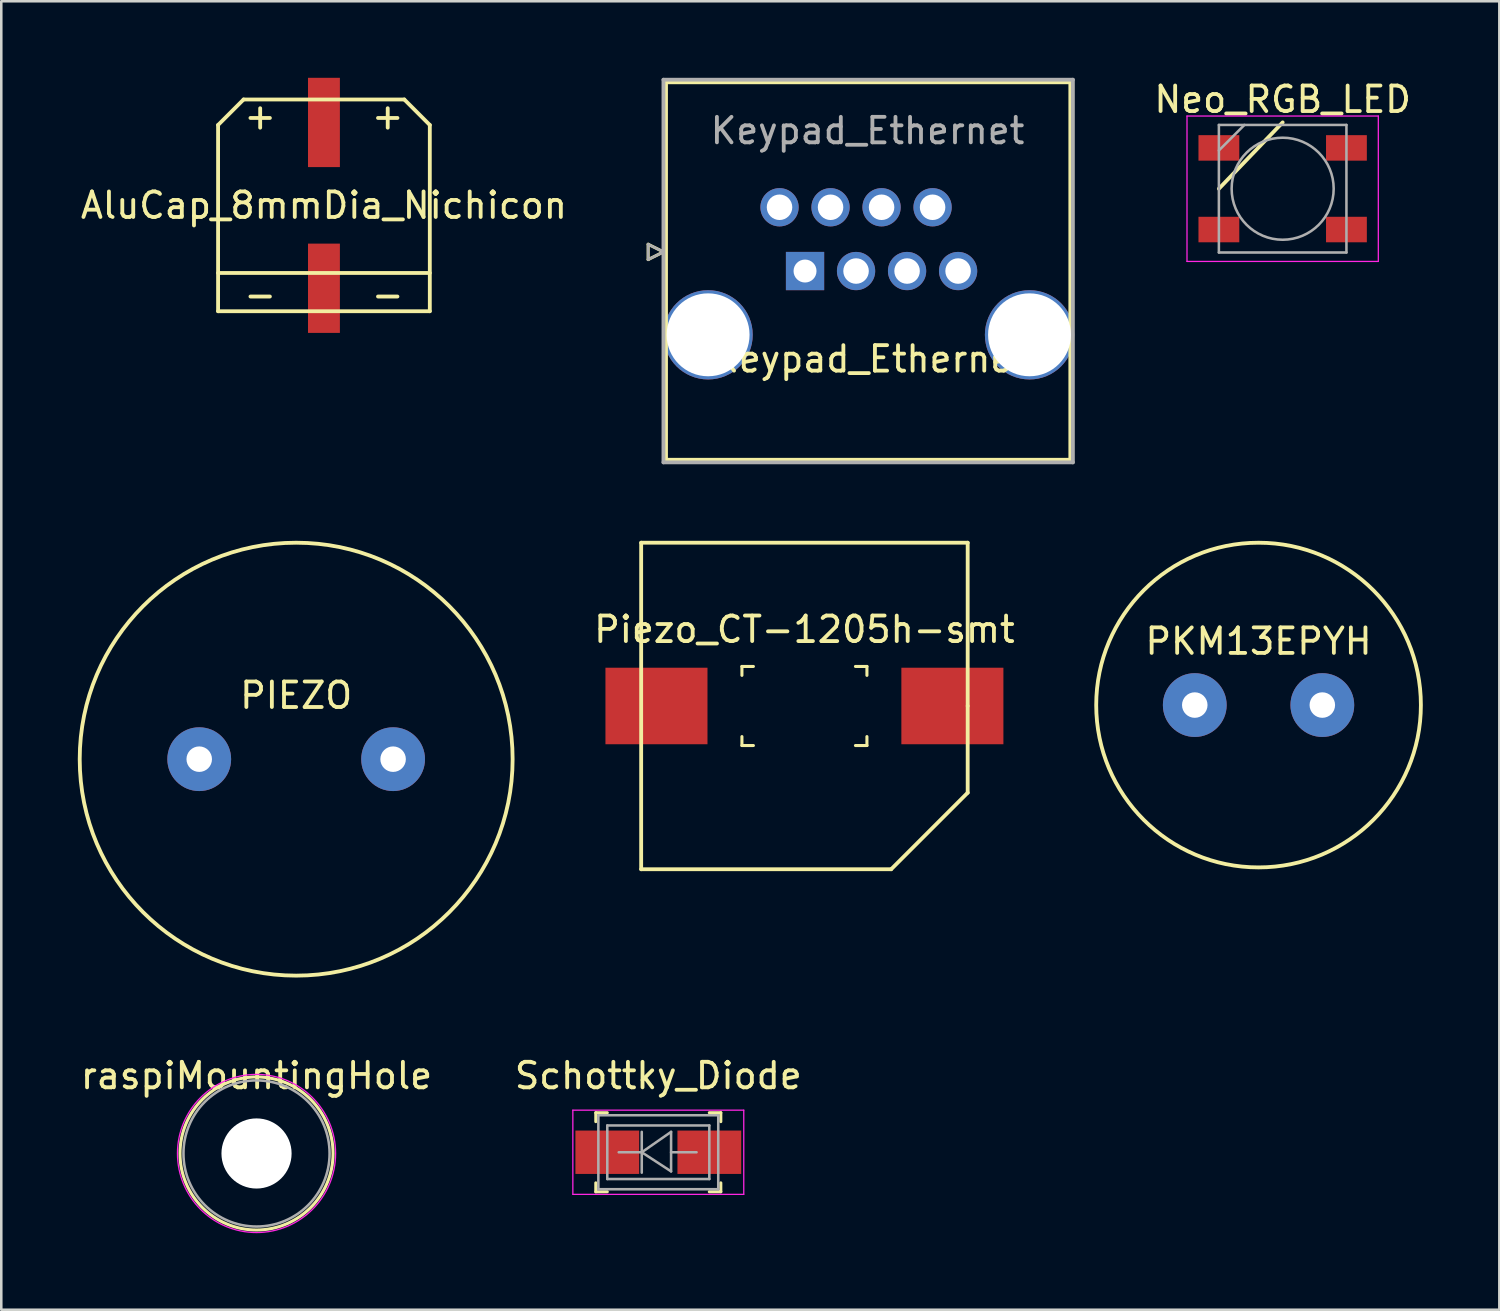
<source format=kicad_pcb>
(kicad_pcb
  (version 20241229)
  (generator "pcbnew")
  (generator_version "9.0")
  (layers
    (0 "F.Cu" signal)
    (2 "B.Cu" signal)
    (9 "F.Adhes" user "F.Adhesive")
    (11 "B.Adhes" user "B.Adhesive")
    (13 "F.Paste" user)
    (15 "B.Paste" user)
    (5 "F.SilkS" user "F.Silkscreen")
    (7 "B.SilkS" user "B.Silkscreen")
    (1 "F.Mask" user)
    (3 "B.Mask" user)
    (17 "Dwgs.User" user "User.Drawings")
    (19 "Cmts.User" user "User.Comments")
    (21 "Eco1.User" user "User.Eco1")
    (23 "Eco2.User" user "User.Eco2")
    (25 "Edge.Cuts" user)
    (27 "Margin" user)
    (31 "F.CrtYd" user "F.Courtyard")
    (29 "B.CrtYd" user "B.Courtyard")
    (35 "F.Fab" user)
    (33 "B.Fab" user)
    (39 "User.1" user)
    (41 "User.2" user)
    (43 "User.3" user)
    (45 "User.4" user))
  (footprint "Schottky_Diode"
    (layer "F.Cu")
    (at 22.756 42.119)
    (property "Reference" "Schottky_Diode" (at 0 -3 0) (layer "F.SilkS") (effects (font (size 1 1) (thickness 0.15))))
    (attr smd)
    (fp_line (start -2.45 -1.55) (end -2.45 -1.2) (stroke (width 0.12) (type solid)) (layer "F.SilkS"))
    (fp_line (start -2.45 -1.55) (end -2 -1.55) (stroke (width 0.12) (type solid)) (layer "F.SilkS"))
    (fp_line (start -2.45 1.2) (end -2.45 1.55) (stroke (width 0.12) (type solid)) (layer "F.SilkS"))
    (fp_line (start -2.45 1.55) (end -2 1.55) (stroke (width 0.12) (type solid)) (layer "F.SilkS"))
    (fp_line (start 2 -1.55) (end 2.45 -1.55) (stroke (width 0.12) (type solid)) (layer "F.SilkS"))
    (fp_line (start 2 1.55) (end 2.45 1.55) (stroke (width 0.12) (type solid)) (layer "F.SilkS"))
    (fp_line (start 2.45 -1.55) (end 2.45 -1.2) (stroke (width 0.12) (type solid)) (layer "F.SilkS"))
    (fp_line (start 2.45 1.2) (end 2.45 1.55) (stroke (width 0.12) (type solid)) (layer "F.SilkS"))
    (fp_line (start -3.35 -1.65) (end 3.35 -1.65) (stroke (width 0.05) (type solid)) (layer "F.CrtYd"))
    (fp_line (start -3.35 1.65) (end -3.35 -1.65) (stroke (width 0.05) (type solid)) (layer "F.CrtYd"))
    (fp_line (start 3.35 -1.65) (end 3.35 1.65) (stroke (width 0.05) (type solid)) (layer "F.CrtYd"))
    (fp_line (start 3.35 1.65) (end -3.35 1.65) (stroke (width 0.05) (type solid)) (layer "F.CrtYd"))
    (fp_line (start -2.35 1.45) (end -2.35 -1.45) (stroke (width 0.1) (type solid)) (layer "F.Fab"))
    (fp_line (start -2 1.05) (end -2 -1.05) (stroke (width 0.1) (type solid)) (layer "F.Fab"))
    (fp_line (start -0.649 -0.799) (end -0.649 0.801) (stroke (width 0.1) (type solid)) (layer "F.Fab"))
    (fp_line (start -0.649 0.001) (end -1.551 0.001) (stroke (width 0.1) (type solid)) (layer "F.Fab"))
    (fp_line (start -0.649 0.001) (end 0.501 -0.799) (stroke (width 0.1) (type solid)) (layer "F.Fab"))
    (fp_line (start -0.649 0.001) (end 0.501 0.75) (stroke (width 0.1) (type solid)) (layer "F.Fab"))
    (fp_line (start 0.501 0.001) (end 1.499 0.001) (stroke (width 0.1) (type solid)) (layer "F.Fab"))
    (fp_line (start 0.501 0.75) (end 0.501 -0.799) (stroke (width 0.1) (type solid)) (layer "F.Fab"))
    (fp_line (start 2 -1.05) (end -2 -1.05) (stroke (width 0.1) (type solid)) (layer "F.Fab"))
    (fp_line (start 2 -1.05) (end 2 1.05) (stroke (width 0.1) (type solid)) (layer "F.Fab"))
    (fp_line (start 2 1.05) (end -2 1.05) (stroke (width 0.1) (type solid)) (layer "F.Fab"))
    (fp_line (start 2.35 -1.45) (end -2.35 -1.45) (stroke (width 0.1) (type solid)) (layer "F.Fab"))
    (fp_line (start 2.35 -1.45) (end 2.35 1.45) (stroke (width 0.1) (type solid)) (layer "F.Fab"))
    (fp_line (start 2.35 1.45) (end -2.35 1.45) (stroke (width 0.1) (type solid)) (layer "F.Fab"))
    (pad "1" smd rect (at -2 0) (size 2.5 1.7) (layers "F.Cu" "F.Mask" "F.Paste"))
    (pad "2" smd rect (at 2 0) (size 2.5 1.7) (layers "F.Cu" "F.Mask" "F.Paste")))
  (footprint "Keypad_Ethernet"
    (layer "F.Cu")
    (at 28.508 7.575)
    (property "Reference" "Keypad_Ethernet" (at 2.55 3.45 0) (layer "F.SilkS") (effects (font (size 1 1) (thickness 0.15))))
    (attr through_hole)
    (fp_line (start -6.15 -1.05) (end -5.55 -0.75) (stroke (width 0.12) (type solid)) (layer "F.SilkS"))
    (fp_line (start -6.15 -0.45) (end -6.15 -1.05) (stroke (width 0.12) (type solid)) (layer "F.SilkS"))
    (fp_line (start -5.55 -0.75) (end -6.15 -0.45) (stroke (width 0.12) (type solid)) (layer "F.SilkS"))
    (fp_line (start -5.45 -7.4) (end -5.45 7.4) (stroke (width 0.15) (type solid)) (layer "F.SilkS"))
    (fp_line (start -5.45 -7.4) (end 10.4 -7.4) (stroke (width 0.15) (type solid)) (layer "F.SilkS"))
    (fp_line (start -5.45 7.4) (end 10.4 7.4) (stroke (width 0.15) (type solid)) (layer "F.SilkS"))
    (fp_line (start 10.4 -7.4) (end 10.4 7.4) (stroke (width 0.15) (type solid)) (layer "F.SilkS"))
    (fp_line (start -6.15 -1.05) (end -5.55 -0.75) (stroke (width 0.1) (type solid)) (layer "F.Fab"))
    (fp_line (start -6.15 -0.45) (end -6.15 -1.05) (stroke (width 0.1) (type solid)) (layer "F.Fab"))
    (fp_line (start -5.55 -7.5) (end -5.55 7.5) (stroke (width 0.15) (type solid)) (layer "F.Fab"))
    (fp_line (start -5.55 -7.5) (end 10.5 -7.5) (stroke (width 0.15) (type solid)) (layer "F.Fab"))
    (fp_line (start -5.55 -0.75) (end -6.15 -0.45) (stroke (width 0.1) (type solid)) (layer "F.Fab"))
    (fp_line (start -5.55 7.5) (end 10.5 7.5) (stroke (width 0.15) (type solid)) (layer "F.Fab"))
    (fp_line (start 10.5 -7.5) (end 10.5 7.5) (stroke (width 0.15) (type solid)) (layer "F.Fab"))
    (fp_text user "${REFERENCE}" (at 2.45 -5.5 0) (layer "F.Fab") (effects (font (size 1 1) (thickness 0.15))))
    (pad "" thru_hole circle (at -3.8 2.5) (size 3.5 3.5) (drill 3.25) (layers "*.Cu" "*.Mask"))
    (pad "" thru_hole circle (at 8.8 2.5) (size 3.5 3.5) (drill 3.25) (layers "*.Cu" "*.Mask"))
    (pad "1" thru_hole rect (at 0 0) (size 1.5 1.5) (drill 0.9) (layers "*.Cu" "*.Mask"))
    (pad "2" thru_hole circle (at -1 -2.5) (size 1.5 1.5) (drill 1) (layers "*.Cu" "*.Mask"))
    (pad "3" thru_hole circle (at 2 0) (size 1.5 1.5) (drill 1) (layers "*.Cu" "*.Mask"))
    (pad "4" thru_hole circle (at 1 -2.5) (size 1.5 1.5) (drill 1) (layers "*.Cu" "*.Mask"))
    (pad "5" thru_hole circle (at 4 0) (size 1.5 1.5) (drill 1) (layers "*.Cu" "*.Mask"))
    (pad "6" thru_hole circle (at 3 -2.5) (size 1.5 1.5) (drill 1) (layers "*.Cu" "*.Mask"))
    (pad "7" thru_hole circle (at 6 0) (size 1.5 1.5) (drill 1) (layers "*.Cu" "*.Mask"))
    (pad "8" thru_hole circle (at 5 -2.5) (size 1.5 1.5) (drill 1) (layers "*.Cu" "*.Mask")))
  (footprint "Neo_RGB_LED"
    (layer "F.Cu")
    (at 47.231 4.348)
    (property "Reference" "Neo_RGB_LED" (at 0 -3.5 0) (layer "F.SilkS") (effects (font (size 1 1) (thickness 0.15))))
    (attr smd)
    (fp_line (start 0 -2.6) (end -2.5 0) (stroke (width 0.15) (type solid)) (layer "F.SilkS"))
    (fp_line (start -3.75 -2.85) (end -3.75 2.85) (stroke (width 0.05) (type solid)) (layer "F.CrtYd"))
    (fp_line (start -3.75 2.85) (end 3.75 2.85) (stroke (width 0.05) (type solid)) (layer "F.CrtYd"))
    (fp_line (start 3.75 -2.85) (end -3.75 -2.85) (stroke (width 0.05) (type solid)) (layer "F.CrtYd"))
    (fp_line (start 3.75 2.85) (end 3.75 -2.85) (stroke (width 0.05) (type solid)) (layer "F.CrtYd"))
    (fp_line (start -2.5 -2.5) (end -2.5 2.5) (stroke (width 0.1) (type solid)) (layer "F.Fab"))
    (fp_line (start -2.5 2.5) (end 2.5 2.5) (stroke (width 0.1) (type solid)) (layer "F.Fab"))
    (fp_line (start -1.5 -2.5) (end -2.5 -1.5) (stroke (width 0.1) (type solid)) (layer "F.Fab"))
    (fp_line (start 2.5 -2.5) (end -2.5 -2.5) (stroke (width 0.1) (type solid)) (layer "F.Fab"))
    (fp_line (start 2.5 2.5) (end 2.5 -2.5) (stroke (width 0.1) (type solid)) (layer "F.Fab"))
    (fp_circle (center 0 0) (end 0 -2) (stroke (width 0.1) (type solid)) (fill no) (layer "F.Fab"))
    (pad "DIN" smd rect (at -2.5 1.6) (size 1.6 1) (layers "F.Cu" "F.Mask" "F.Paste"))
    (pad "DOUT" smd rect (at 2.5 -1.6) (size 1.6 1) (layers "F.Cu" "F.Mask" "F.Paste"))
    (pad "VDD" smd rect (at 2.5 1.6) (size 1.6 1) (layers "F.Cu" "F.Mask" "F.Paste"))
    (pad "VSS" smd rect (at -2.5 -1.6) (size 1.6 1) (layers "F.Cu" "F.Mask" "F.Paste")))
  (footprint "PKM13EPYH"
    (layer "F.Cu")
    (at 46.286 24.589)
    (property "Reference" "PKM13EPYH" (at 0 -2.5 0) (layer "F.SilkS") (effects (font (size 1 1) (thickness 0.15))))
    (attr through_hole)
    (fp_circle (center 0 0) (end 4.5 -4.5) (stroke (width 0.15) (type solid)) (fill no) (layer "F.SilkS"))
    (pad "1" thru_hole circle (at -2.5 0) (size 2.5 2.5) (drill 1) (layers "*.Cu" "*.Mask"))
    (pad "2" thru_hole circle (at 2.5 0) (size 2.5 2.5) (drill 1) (layers "*.Cu" "*.Mask")))
  (footprint "AluCap_8mmDia_Nichicon"
    (layer "F.Cu")
    (at 9.649 5)
    (property "Reference" "AluCap_8mmDia_Nichicon" (at 0 0 0) (layer "F.SilkS") (effects (font (size 1 1) (thickness 0.15))))
    (attr smd)
    (fp_line (start -4.15 -3.15) (end -4.15 4.15) (stroke (width 0.15) (type solid)) (layer "F.SilkS"))
    (fp_line (start -4.15 -3.15) (end -3.15 -4.15) (stroke (width 0.15) (type solid)) (layer "F.SilkS"))
    (fp_line (start -4.15 2.65) (end 4.15 2.65) (stroke (width 0.15) (type solid)) (layer "F.SilkS"))
    (fp_line (start 3.15 -4.15) (end -3.15 -4.15) (stroke (width 0.15) (type solid)) (layer "F.SilkS"))
    (fp_line (start 3.15 -4.15) (end 4.15 -3.15) (stroke (width 0.15) (type solid)) (layer "F.SilkS"))
    (fp_line (start 4.15 -3.15) (end 4.15 4.15) (stroke (width 0.15) (type solid)) (layer "F.SilkS"))
    (fp_line (start 4.15 4.15) (end -4.15 4.15) (stroke (width 0.15) (type solid)) (layer "F.SilkS"))
    (fp_text user "-" (at -2.5 3.5 0) (layer "F.SilkS") (effects (font (size 1 1) (thickness 0.15))))
    (fp_text user "+" (at 2.5 -3.5 0) (layer "F.SilkS") (effects (font (size 1 1) (thickness 0.15))))
    (fp_text user "-" (at 2.5 3.5 0) (layer "F.SilkS") (effects (font (size 1 1) (thickness 0.15))))
    (fp_text user "+" (at -2.5 -3.5 0) (layer "F.SilkS") (effects (font (size 1 1) (thickness 0.15))))
    (pad "1" smd rect (at 0 -4.15) (size 1.25 3.5) (drill (offset 0 0.9)) (layers "F.Cu" "F.Mask" "F.Paste"))
    (pad "2" smd rect (at 0 4.15) (size 1.25 3.5) (drill (offset 0 -0.9)) (layers "F.Cu" "F.Mask" "F.Paste")))
  (footprint "PIEZO"
    (layer "F.Cu")
    (at 8.56 26.71)
    (property "Reference" "PIEZO" (at 0 -2.5 0) (layer "F.SilkS") (effects (font (size 1 1) (thickness 0.15))))
    (attr through_hole)
    (fp_circle (center 0 0) (end 6 -6) (stroke (width 0.15) (type solid)) (fill no) (layer "F.SilkS"))
    (pad "1" thru_hole circle (at -3.8 0) (size 2.5 2.5) (drill 1) (layers "*.Cu" "*.Mask"))
    (pad "2" thru_hole circle (at 3.8 0) (size 2.5 2.5) (drill 1) (layers "*.Cu" "*.Mask")))
  (footprint "Piezo_CT-1205h-smt"
    (layer "F.Cu")
    (at 28.484 24.625)
    (property "Reference" "Piezo_CT-1205h-smt" (at 0 -3 0) (layer "F.SilkS") (effects (font (size 1 1) (thickness 0.15))))
    (attr smd)
    (fp_line (start -6.4 -6.4) (end 6.4 -6.4) (stroke (width 0.15) (type solid)) (layer "F.SilkS"))
    (fp_line (start -6.4 6.4) (end -6.4 -6.4) (stroke (width 0.15) (type solid)) (layer "F.SilkS"))
    (fp_line (start -2.45 -1.55) (end -2.45 -1.2) (stroke (width 0.12) (type solid)) (layer "F.SilkS"))
    (fp_line (start -2.45 -1.55) (end -2 -1.55) (stroke (width 0.12) (type solid)) (layer "F.SilkS"))
    (fp_line (start -2.45 1.2) (end -2.45 1.55) (stroke (width 0.12) (type solid)) (layer "F.SilkS"))
    (fp_line (start -2.45 1.55) (end -2 1.55) (stroke (width 0.12) (type solid)) (layer "F.SilkS"))
    (fp_line (start 2 -1.55) (end 2.45 -1.55) (stroke (width 0.12) (type solid)) (layer "F.SilkS"))
    (fp_line (start 2 1.55) (end 2.45 1.55) (stroke (width 0.12) (type solid)) (layer "F.SilkS"))
    (fp_line (start 2.45 -1.55) (end 2.45 -1.2) (stroke (width 0.12) (type solid)) (layer "F.SilkS"))
    (fp_line (start 2.45 1.2) (end 2.45 1.55) (stroke (width 0.12) (type solid)) (layer "F.SilkS"))
    (fp_line (start 3.4 6.4) (end -6.4 6.4) (stroke (width 0.15) (type solid)) (layer "F.SilkS"))
    (fp_line (start 3.4 6.4) (end 6.4 3.4) (stroke (width 0.15) (type solid)) (layer "F.SilkS"))
    (fp_line (start 6.4 -6.4) (end 6.4 0) (stroke (width 0.15) (type solid)) (layer "F.SilkS"))
    (fp_line (start 6.4 0) (end 6.4 3.4) (stroke (width 0.15) (type solid)) (layer "F.SilkS"))
    (pad "1" smd rect (at -5.8 0) (size 4 3) (layers "F.Cu" "F.Mask" "F.Paste"))
    (pad "2" smd rect (at 5.8 0) (size 4 3) (layers "F.Cu" "F.Mask" "F.Paste")))
  (footprint "raspiMountingHole"
    (layer "F.Cu")
    (at 7.006 42.167)
    (property "Reference" "raspiMountingHole" (at 0 -3.048 0) (layer "F.SilkS") (effects (font (size 1 1) (thickness 0.15))))
    (attr through_hole)
    (fp_circle (center 0 0) (end 0 -3) (stroke (width 0.12) (type solid)) (fill no) (layer "F.SilkS"))
    (fp_circle (center 0 0) (end 3.1 0) (stroke (width 0.05) (type solid)) (fill no) (layer "F.CrtYd"))
    (fp_circle (center 0 0) (end 2.75 0.8) (stroke (width 0.1) (type solid)) (fill no) (layer "F.Fab"))
    (pad "" np_thru_hole circle (at 0 0) (size 2.75 2.75) (drill 2.75) (layers "*.Cu" "*.Mask")))
  (gr_rect
    (start -3 -3)
    (end 55.725 48.292)
    (stroke (width 0.1) (type default))
    (fill no)
    (layer "Edge.Cuts")))
</source>
